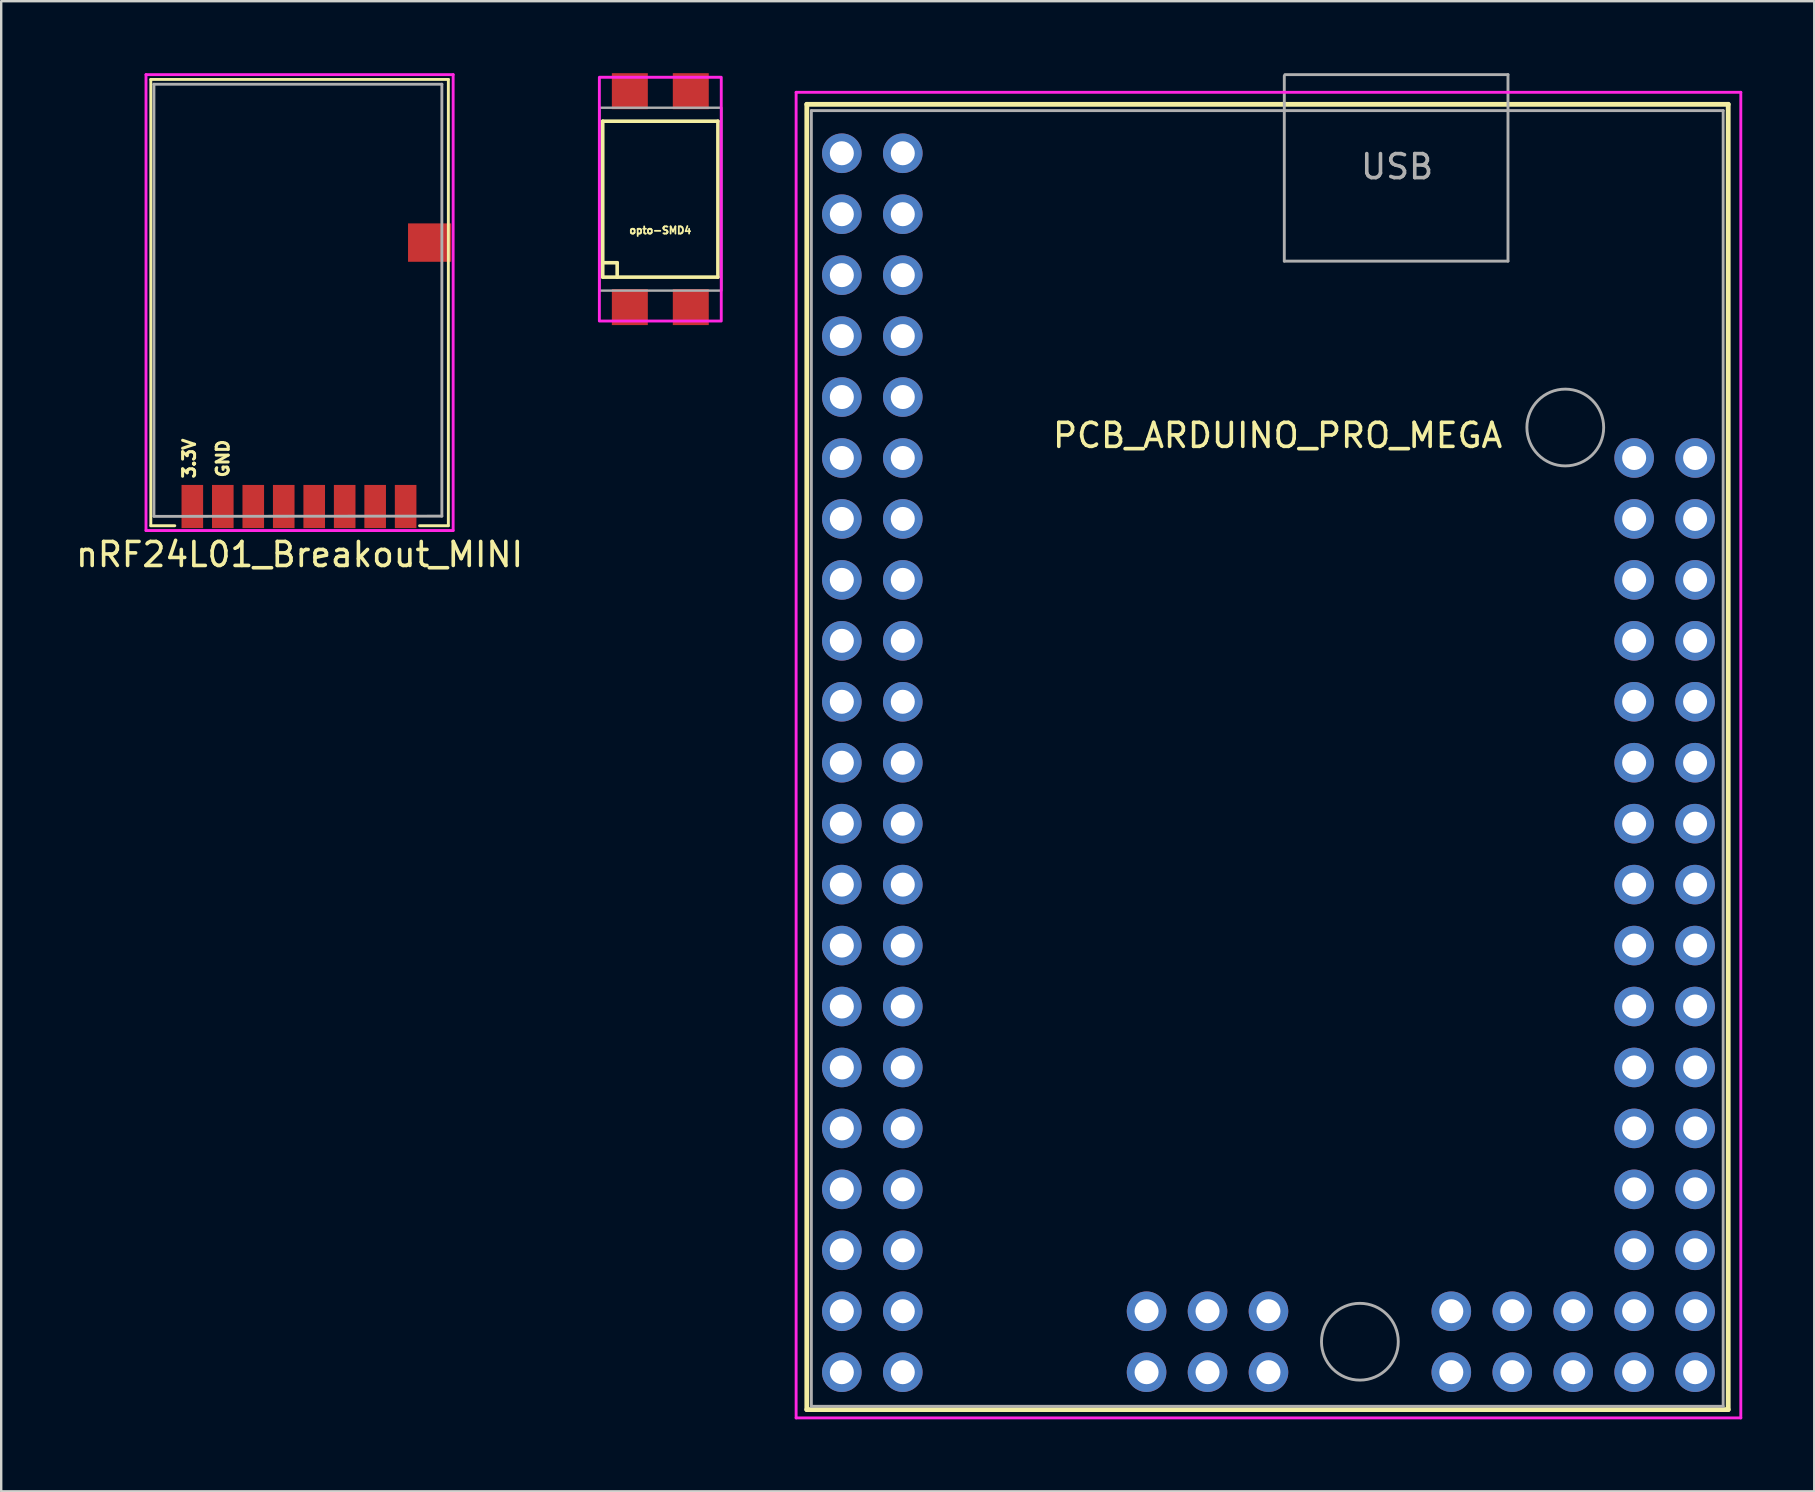
<source format=kicad_pcb>
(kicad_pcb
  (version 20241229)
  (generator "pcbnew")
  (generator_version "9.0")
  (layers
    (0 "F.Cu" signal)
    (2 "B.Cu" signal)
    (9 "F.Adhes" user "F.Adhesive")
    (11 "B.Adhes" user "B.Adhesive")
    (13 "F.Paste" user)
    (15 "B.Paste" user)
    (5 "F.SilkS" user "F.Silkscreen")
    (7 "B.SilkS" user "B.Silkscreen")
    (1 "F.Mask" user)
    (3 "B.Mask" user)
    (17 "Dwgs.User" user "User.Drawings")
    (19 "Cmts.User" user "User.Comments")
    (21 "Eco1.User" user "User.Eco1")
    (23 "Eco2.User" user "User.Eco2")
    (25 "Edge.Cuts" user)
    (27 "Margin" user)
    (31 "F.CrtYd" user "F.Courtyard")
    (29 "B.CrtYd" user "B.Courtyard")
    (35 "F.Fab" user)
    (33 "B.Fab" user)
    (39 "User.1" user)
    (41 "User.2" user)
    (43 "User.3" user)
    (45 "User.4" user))
  (footprint "PCB_ARDUINO_PRO_MEGA"
    (layer "F.Cu")
    (at 34.574 0.797)
    (property "Reference" "PCB_ARDUINO_PRO_MEGA" (at 15.621 14.3 0) (layer "F.SilkS") (effects (font (size 1 1) (thickness 0.15))))
    (attr through_hole)
    (fp_line (start -4 0.5) (end -4 54.9) (stroke (width 0.2) (type solid)) (layer "F.SilkS"))
    (fp_line (start -4 0.5) (end 34.4 0.5) (stroke (width 0.2) (type solid)) (layer "F.SilkS"))
    (fp_line (start -4 54.9) (end 34.4 54.9) (stroke (width 0.2) (type solid)) (layer "F.SilkS"))
    (fp_line (start 34.4 0.5) (end 34.4 54.9) (stroke (width 0.2) (type solid)) (layer "F.SilkS"))
    (fp_line (start -4.445 0) (end -4.445 55.245) (stroke (width 0.12) (type solid)) (layer "F.CrtYd"))
    (fp_line (start -4.445 55.245) (end 34.925 55.245) (stroke (width 0.12) (type solid)) (layer "F.CrtYd"))
    (fp_line (start 34.925 0) (end -4.445 0) (stroke (width 0.12) (type solid)) (layer "F.CrtYd"))
    (fp_line (start 34.925 55.245) (end 34.925 0) (stroke (width 0.12) (type solid)) (layer "F.CrtYd"))
    (fp_line (start -3.81 0.762) (end -3.81 54.762) (stroke (width 0.12) (type solid)) (layer "F.Fab"))
    (fp_line (start -3.81 0.762) (end 34.19 0.762) (stroke (width 0.12) (type solid)) (layer "F.Fab"))
    (fp_line (start -3.81 54.762) (end 34.19 54.762) (stroke (width 0.12) (type solid)) (layer "F.Fab"))
    (fp_line (start 15.9 -0.686) (end 15.9 7.036) (stroke (width 0.12) (type solid)) (layer "F.Fab"))
    (fp_line (start 15.9 7.036) (end 25.222 7.036) (stroke (width 0.12) (type solid)) (layer "F.Fab"))
    (fp_line (start 25.222 -0.737) (end 15.926 -0.737) (stroke (width 0.12) (type solid)) (layer "F.Fab"))
    (fp_line (start 25.222 7.036) (end 25.222 -0.737) (stroke (width 0.12) (type solid)) (layer "F.Fab"))
    (fp_line (start 34.19 0.762) (end 34.19 54.762) (stroke (width 0.12) (type solid)) (layer "F.Fab"))
    (fp_circle (center 19.05 52.07) (end 20.65 52.07) (stroke (width 0.12) (type solid)) (fill no) (layer "F.Fab"))
    (fp_circle (center 27.61 13.97) (end 29.21 13.97) (stroke (width 0.12) (type solid)) (fill no) (layer "F.Fab"))
    (fp_text user "USB" (at 20.599 3.099 0) (layer "F.Fab") (effects (font (size 1 1) (thickness 0.15))))
    (pad "3V3" thru_hole circle (at -2.54 10.16) (size 1.65 1.65) (drill 1) (layers "*.Cu" "*.Mask"))
    (pad "3V3" thru_hole circle (at 0 10.16) (size 1.65 1.65) (drill 1) (layers "*.Cu" "*.Mask"))
    (pad "5V" thru_hole circle (at -2.54 7.62) (size 1.65 1.65) (drill 1) (layers "*.Cu" "*.Mask"))
    (pad "5V" thru_hole circle (at 0 7.62) (size 1.65 1.65) (drill 1) (layers "*.Cu" "*.Mask"))
    (pad "5V" thru_hole circle (at 15.24 53.34) (size 1.65 1.65) (drill 1) (layers "*.Cu" "*.Mask"))
    (pad "A0" thru_hole circle (at 33.02 15.24) (size 1.65 1.65) (drill 1) (layers "*.Cu" "*.Mask"))
    (pad "A1" thru_hole circle (at 30.48 15.24) (size 1.65 1.65) (drill 1) (layers "*.Cu" "*.Mask"))
    (pad "A2" thru_hole circle (at 33.02 17.78) (size 1.65 1.65) (drill 1) (layers "*.Cu" "*.Mask"))
    (pad "A3" thru_hole circle (at 30.48 17.78) (size 1.65 1.65) (drill 1) (layers "*.Cu" "*.Mask"))
    (pad "A4" thru_hole circle (at 33.02 20.32) (size 1.65 1.65) (drill 1) (layers "*.Cu" "*.Mask"))
    (pad "A5" thru_hole circle (at 30.48 20.32) (size 1.65 1.65) (drill 1) (layers "*.Cu" "*.Mask"))
    (pad "A6" thru_hole circle (at 33.02 22.86) (size 1.65 1.65) (drill 1) (layers "*.Cu" "*.Mask"))
    (pad "A7" thru_hole circle (at 30.48 22.86) (size 1.65 1.65) (drill 1) (layers "*.Cu" "*.Mask"))
    (pad "A8" thru_hole circle (at 33.02 25.4) (size 1.65 1.65) (drill 1) (layers "*.Cu" "*.Mask"))
    (pad "A9" thru_hole circle (at 30.48 25.4) (size 1.65 1.65) (drill 1) (layers "*.Cu" "*.Mask"))
    (pad "A10" thru_hole circle (at 33.02 27.94) (size 1.65 1.65) (drill 1) (layers "*.Cu" "*.Mask"))
    (pad "A11" thru_hole circle (at 30.48 27.94) (size 1.65 1.65) (drill 1) (layers "*.Cu" "*.Mask"))
    (pad "A12" thru_hole circle (at 33.02 30.48) (size 1.65 1.65) (drill 1) (layers "*.Cu" "*.Mask"))
    (pad "A13" thru_hole circle (at 30.48 30.48) (size 1.65 1.65) (drill 1) (layers "*.Cu" "*.Mask"))
    (pad "A14" thru_hole circle (at 33.02 33.02) (size 1.65 1.65) (drill 1) (layers "*.Cu" "*.Mask"))
    (pad "A15" thru_hole circle (at 30.48 33.02) (size 1.65 1.65) (drill 1) (layers "*.Cu" "*.Mask"))
    (pad "AREF" thru_hole circle (at 0 12.7) (size 1.65 1.65) (drill 1) (layers "*.Cu" "*.Mask"))
    (pad "D2" thru_hole circle (at 0 17.78) (size 1.65 1.65) (drill 1) (layers "*.Cu" "*.Mask"))
    (pad "D3" thru_hole circle (at -2.54 17.78) (size 1.65 1.65) (drill 1) (layers "*.Cu" "*.Mask"))
    (pad "D4" thru_hole circle (at 0 20.32) (size 1.65 1.65) (drill 1) (layers "*.Cu" "*.Mask"))
    (pad "D5" thru_hole circle (at -2.54 20.32) (size 1.65 1.65) (drill 1) (layers "*.Cu" "*.Mask"))
    (pad "D6" thru_hole circle (at 0 22.86) (size 1.65 1.65) (drill 1) (layers "*.Cu" "*.Mask"))
    (pad "D7" thru_hole circle (at -2.54 22.86) (size 1.65 1.65) (drill 1) (layers "*.Cu" "*.Mask"))
    (pad "D8" thru_hole circle (at 0 25.4) (size 1.65 1.65) (drill 1) (layers "*.Cu" "*.Mask"))
    (pad "D9" thru_hole circle (at -2.54 25.4) (size 1.65 1.65) (drill 1) (layers "*.Cu" "*.Mask"))
    (pad "D10" thru_hole circle (at 0 27.94) (size 1.65 1.65) (drill 1) (layers "*.Cu" "*.Mask"))
    (pad "D11" thru_hole circle (at -2.54 27.94) (size 1.65 1.65) (drill 1) (layers "*.Cu" "*.Mask"))
    (pad "D12" thru_hole circle (at 0 30.48) (size 1.65 1.65) (drill 1) (layers "*.Cu" "*.Mask"))
    (pad "D13" thru_hole circle (at -2.54 30.48) (size 1.65 1.65) (drill 1) (layers "*.Cu" "*.Mask"))
    (pad "D14" thru_hole circle (at 0 33.02) (size 1.65 1.65) (drill 1) (layers "*.Cu" "*.Mask"))
    (pad "D15" thru_hole circle (at -2.54 33.02) (size 1.65 1.65) (drill 1) (layers "*.Cu" "*.Mask"))
    (pad "D16" thru_hole circle (at 0 35.56) (size 1.65 1.65) (drill 1) (layers "*.Cu" "*.Mask"))
    (pad "D17" thru_hole circle (at -2.54 35.56) (size 1.65 1.65) (drill 1) (layers "*.Cu" "*.Mask"))
    (pad "D18" thru_hole circle (at 0 38.1) (size 1.65 1.65) (drill 1) (layers "*.Cu" "*.Mask"))
    (pad "D19" thru_hole circle (at -2.54 38.1) (size 1.65 1.65) (drill 1) (layers "*.Cu" "*.Mask"))
    (pad "D22" thru_hole circle (at 0 43.18) (size 1.65 1.65) (drill 1) (layers "*.Cu" "*.Mask"))
    (pad "D23" thru_hole circle (at -2.54 43.18) (size 1.65 1.65) (drill 1) (layers "*.Cu" "*.Mask"))
    (pad "D24" thru_hole circle (at 0 45.72) (size 1.65 1.65) (drill 1) (layers "*.Cu" "*.Mask"))
    (pad "D25" thru_hole circle (at -2.54 45.72) (size 1.65 1.65) (drill 1) (layers "*.Cu" "*.Mask"))
    (pad "D26" thru_hole circle (at 0 48.26) (size 1.65 1.65) (drill 1) (layers "*.Cu" "*.Mask"))
    (pad "D27" thru_hole circle (at -2.54 48.26) (size 1.65 1.65) (drill 1) (layers "*.Cu" "*.Mask"))
    (pad "D28" thru_hole circle (at 0 50.8) (size 1.65 1.65) (drill 1) (layers "*.Cu" "*.Mask"))
    (pad "D29" thru_hole circle (at -2.54 50.8) (size 1.65 1.65) (drill 1) (layers "*.Cu" "*.Mask"))
    (pad "D30" thru_hole circle (at 0 53.34) (size 1.65 1.65) (drill 1) (layers "*.Cu" "*.Mask"))
    (pad "D31" thru_hole circle (at -2.54 53.34) (size 1.65 1.65) (drill 1) (layers "*.Cu" "*.Mask"))
    (pad "D32" thru_hole circle (at 33.02 35.56) (size 1.65 1.65) (drill 1) (layers "*.Cu" "*.Mask"))
    (pad "D33" thru_hole circle (at 30.48 35.56) (size 1.65 1.65) (drill 1) (layers "*.Cu" "*.Mask"))
    (pad "D34" thru_hole circle (at 33.02 38.1) (size 1.65 1.65) (drill 1) (layers "*.Cu" "*.Mask"))
    (pad "D35" thru_hole circle (at 30.48 38.1) (size 1.65 1.65) (drill 1) (layers "*.Cu" "*.Mask"))
    (pad "D36" thru_hole circle (at 33.02 40.64) (size 1.65 1.65) (drill 1) (layers "*.Cu" "*.Mask"))
    (pad "D37" thru_hole circle (at 30.48 40.64) (size 1.65 1.65) (drill 1) (layers "*.Cu" "*.Mask"))
    (pad "D38" thru_hole circle (at 33.02 43.18) (size 1.65 1.65) (drill 1) (layers "*.Cu" "*.Mask"))
    (pad "D39" thru_hole circle (at 30.48 43.18) (size 1.65 1.65) (drill 1) (layers "*.Cu" "*.Mask"))
    (pad "D40" thru_hole circle (at 33.02 45.72) (size 1.65 1.65) (drill 1) (layers "*.Cu" "*.Mask"))
    (pad "D41" thru_hole circle (at 30.48 45.72) (size 1.65 1.65) (drill 1) (layers "*.Cu" "*.Mask"))
    (pad "D42" thru_hole circle (at 33.02 48.26) (size 1.65 1.65) (drill 1) (layers "*.Cu" "*.Mask"))
    (pad "D43" thru_hole circle (at 30.48 48.26) (size 1.65 1.65) (drill 1) (layers "*.Cu" "*.Mask"))
    (pad "D44" thru_hole circle (at 33.02 50.8) (size 1.65 1.65) (drill 1) (layers "*.Cu" "*.Mask"))
    (pad "D45" thru_hole circle (at 30.48 50.8) (size 1.65 1.65) (drill 1) (layers "*.Cu" "*.Mask"))
    (pad "D46" thru_hole circle (at 33.02 53.34) (size 1.65 1.65) (drill 1) (layers "*.Cu" "*.Mask"))
    (pad "D47" thru_hole circle (at 30.48 53.34) (size 1.65 1.65) (drill 1) (layers "*.Cu" "*.Mask"))
    (pad "D48" thru_hole circle (at 27.94 53.34) (size 1.65 1.65) (drill 1) (layers "*.Cu" "*.Mask"))
    (pad "D49" thru_hole circle (at 27.94 50.8) (size 1.65 1.65) (drill 1) (layers "*.Cu" "*.Mask"))
    (pad "GND" thru_hole circle (at -2.54 5.08) (size 1.65 1.65) (drill 1) (layers "*.Cu" "*.Mask"))
    (pad "GND" thru_hole circle (at 0 5.08) (size 1.65 1.65) (drill 1) (layers "*.Cu" "*.Mask"))
    (pad "GND" thru_hole circle (at 10.16 53.34) (size 1.65 1.65) (drill 1) (layers "*.Cu" "*.Mask"))
    (pad "MISO" thru_hole circle (at 15.24 50.8) (size 1.65 1.65) (drill 1) (layers "*.Cu" "*.Mask"))
    (pad "MISO" thru_hole circle (at 25.4 53.34) (size 1.65 1.65) (drill 1) (layers "*.Cu" "*.Mask"))
    (pad "MOSI" thru_hole circle (at 12.7 53.34) (size 1.65 1.65) (drill 1) (layers "*.Cu" "*.Mask"))
    (pad "MOSI" thru_hole circle (at 25.4 50.8) (size 1.65 1.65) (drill 1) (layers "*.Cu" "*.Mask"))
    (pad "RST" thru_hole circle (at -2.54 12.7) (size 1.65 1.65) (drill 1) (layers "*.Cu" "*.Mask"))
    (pad "RST" thru_hole circle (at 10.16 50.8) (size 1.65 1.65) (drill 1) (layers "*.Cu" "*.Mask"))
    (pad "RXD0" thru_hole circle (at 0 15.24) (size 1.65 1.65) (drill 1) (layers "*.Cu" "*.Mask"))
    (pad "SCK" thru_hole circle (at 12.7 50.8) (size 1.65 1.65) (drill 1) (layers "*.Cu" "*.Mask"))
    (pad "SCK" thru_hole circle (at 22.86 53.34) (size 1.65 1.65) (drill 1) (layers "*.Cu" "*.Mask"))
    (pad "SCL" thru_hole circle (at -2.54 40.64) (size 1.65 1.65) (drill 1) (layers "*.Cu" "*.Mask"))
    (pad "SDA" thru_hole circle (at 0 40.64) (size 1.65 1.65) (drill 1) (layers "*.Cu" "*.Mask"))
    (pad "SS" thru_hole circle (at 22.86 50.8) (size 1.65 1.65) (drill 1) (layers "*.Cu" "*.Mask"))
    (pad "TXD0" thru_hole circle (at -2.54 15.24) (size 1.65 1.65) (drill 1) (layers "*.Cu" "*.Mask"))
    (pad "VIN" thru_hole circle (at -2.54 2.54) (size 1.65 1.65) (drill 1) (layers "*.Cu" "*.Mask"))
    (pad "VIN" thru_hole circle (at 0 2.54) (size 1.65 1.65) (drill 1) (layers "*.Cu" "*.Mask")))
  (footprint "opto-SMD4"
    (layer "F.Cu")
    (at 24.469 5.25)
    (property "Reference" "opto-SMD4" (at 0 1.3 0) (layer "F.SilkS") (effects (font (size 0.3 0.3) (thickness 0.075))))
    (attr through_hole)
    (fp_line (start -2.4 -3.25) (end 2.4 -3.25) (stroke (width 0.15) (type solid)) (layer "F.SilkS"))
    (fp_line (start -2.4 3.25) (end 2.4 3.25) (stroke (width 0.15) (type solid)) (layer "F.SilkS"))
    (fp_line (start -2.4 -3.249) (end -2.4 3.249) (stroke (width 0.15) (type solid)) (layer "F.SilkS"))
    (fp_line (start -2.4 2.649) (end -1.798 2.649) (stroke (width 0.15) (type solid)) (layer "F.SilkS"))
    (fp_line (start -1.798 2.649) (end -1.798 3.249) (stroke (width 0.15) (type solid)) (layer "F.SilkS"))
    (fp_line (start 2.4 -3.249) (end 2.4 3.249) (stroke (width 0.15) (type solid)) (layer "F.SilkS"))
    (fp_rect (start -2.54 -5.08) (end 2.54 5.08) (stroke (width 0.12) (type default)) (fill no) (layer "F.CrtYd"))
    (fp_rect (start -2.54 -3.81) (end 2.54 3.81) (stroke (width 0.1) (type default)) (fill no) (layer "F.Fab"))
    (pad "1" smd rect (at -1.27 4.498 180) (size 1.499 1.5) (layers "F.Cu" "F.Mask" "F.Paste"))
    (pad "2" smd rect (at 1.27 4.498 180) (size 1.499 1.5) (layers "F.Cu" "F.Mask" "F.Paste"))
    (pad "3" smd rect (at 1.27 -4.5) (size 1.499 1.5) (layers "F.Cu" "F.Mask" "F.Paste"))
    (pad "4" smd rect (at -1.27 -4.5) (size 1.499 1.5) (layers "F.Cu" "F.Mask" "F.Paste")))
  (footprint "nRF24L01_Breakout_MINI"
    (layer "F.Cu")
    (at 6.235 18.06)
    (property "Reference" "nRF24L01_Breakout_MINI" (at 3.2 2 0) (layer "F.SilkS") (effects (font (size 1 1) (thickness 0.15))))
    (attr through_hole)
    (fp_line (start -3 -17.8) (end -3 0.8) (stroke (width 0.12) (type solid)) (layer "F.SilkS"))
    (fp_line (start -3 0.8) (end -2 0.8) (stroke (width 0.12) (type solid)) (layer "F.SilkS"))
    (fp_line (start 8.2 0.8) (end 9.4 0.8) (stroke (width 0.12) (type solid)) (layer "F.SilkS"))
    (fp_line (start 9.4 -17.8) (end -3 -17.8) (stroke (width 0.12) (type solid)) (layer "F.SilkS"))
    (fp_line (start 9.4 0.8) (end 9.4 -17.8) (stroke (width 0.12) (type solid)) (layer "F.SilkS"))
    (fp_line (start -3.2 -18) (end -3.2 1) (stroke (width 0.12) (type solid)) (layer "F.CrtYd"))
    (fp_line (start -3.2 1) (end 9.6 1) (stroke (width 0.12) (type solid)) (layer "F.CrtYd"))
    (fp_line (start 9.6 -18) (end -3.2 -18) (stroke (width 0.12) (type solid)) (layer "F.CrtYd"))
    (fp_line (start 9.6 1) (end 9.6 -18) (stroke (width 0.12) (type solid)) (layer "F.CrtYd"))
    (fp_line (start -2.87 -17.6) (end 9.13 -17.6) (stroke (width 0.12) (type solid)) (layer "F.Fab"))
    (fp_line (start -2.87 0.4) (end -2.87 -17.6) (stroke (width 0.12) (type solid)) (layer "F.Fab"))
    (fp_line (start -2.87 0.41) (end 9.13 0.4) (stroke (width 0.12) (type solid)) (layer "F.Fab"))
    (fp_line (start 9.13 0.4) (end 9.13 -17.6) (stroke (width 0.12) (type solid)) (layer "F.Fab"))
    (fp_text user "GND" (at 0 -2 90) (layer "F.SilkS") (effects (font (size 0.5 0.5) (thickness 0.125))))
    (fp_text user "3.3V" (at -1.4 -2 90) (layer "F.SilkS") (effects (font (size 0.5 0.5) (thickness 0.125))))
    (pad "1" smd rect (at 0 0) (size 0.9 1.8) (layers "F.Cu" "F.Mask" "F.Paste"))
    (pad "2" smd rect (at -1.27 0) (size 0.9 1.8) (layers "F.Cu" "F.Mask" "F.Paste"))
    (pad "3" smd rect (at 1.27 0) (size 0.9 1.8) (layers "F.Cu" "F.Mask" "F.Paste"))
    (pad "4" smd rect (at 2.54 0) (size 0.9 1.8) (layers "F.Cu" "F.Mask" "F.Paste"))
    (pad "5" smd rect (at 3.81 0) (size 0.9 1.8) (layers "F.Cu" "F.Mask" "F.Paste"))
    (pad "6" smd rect (at 5.08 0) (size 0.9 1.8) (layers "F.Cu" "F.Mask" "F.Paste"))
    (pad "7" smd rect (at 6.35 0) (size 0.9 1.8) (layers "F.Cu" "F.Mask" "F.Paste"))
    (pad "8" smd rect (at 7.62 0) (size 0.9 1.8) (layers "F.Cu" "F.Mask" "F.Paste"))
    (pad "9" smd rect (at 8.62 -11 90) (size 1.6 1.8) (layers "F.Cu" "F.Mask" "F.Paste")))
  (gr_rect
    (start -3 -3)
    (end 72.559 59.102)
    (stroke (width 0.1) (type default))
    (fill no)
    (layer "Edge.Cuts")))
</source>
